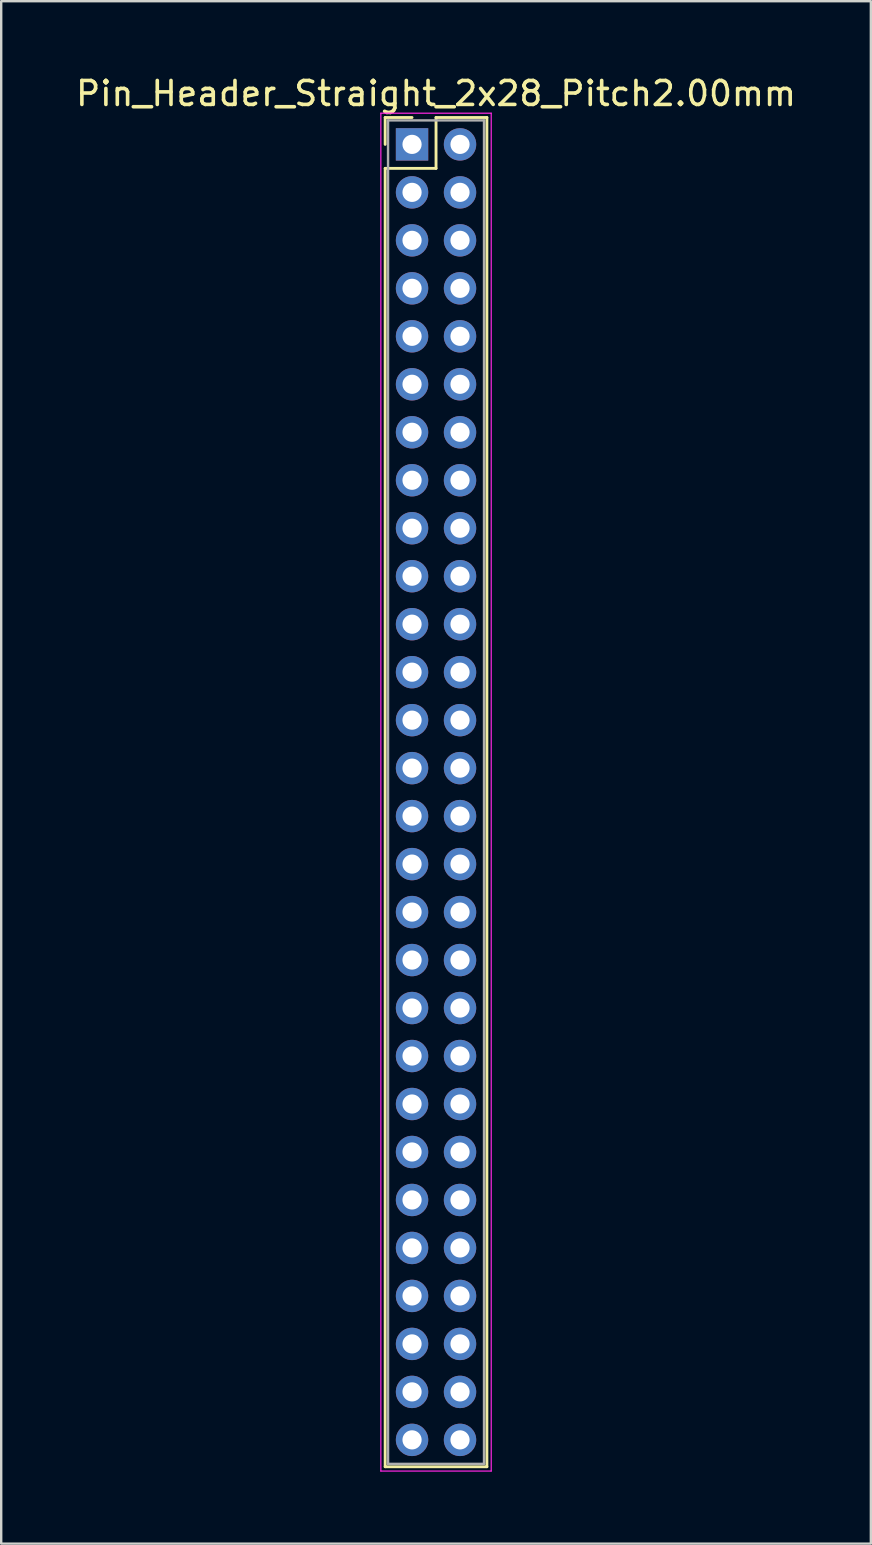
<source format=kicad_pcb>
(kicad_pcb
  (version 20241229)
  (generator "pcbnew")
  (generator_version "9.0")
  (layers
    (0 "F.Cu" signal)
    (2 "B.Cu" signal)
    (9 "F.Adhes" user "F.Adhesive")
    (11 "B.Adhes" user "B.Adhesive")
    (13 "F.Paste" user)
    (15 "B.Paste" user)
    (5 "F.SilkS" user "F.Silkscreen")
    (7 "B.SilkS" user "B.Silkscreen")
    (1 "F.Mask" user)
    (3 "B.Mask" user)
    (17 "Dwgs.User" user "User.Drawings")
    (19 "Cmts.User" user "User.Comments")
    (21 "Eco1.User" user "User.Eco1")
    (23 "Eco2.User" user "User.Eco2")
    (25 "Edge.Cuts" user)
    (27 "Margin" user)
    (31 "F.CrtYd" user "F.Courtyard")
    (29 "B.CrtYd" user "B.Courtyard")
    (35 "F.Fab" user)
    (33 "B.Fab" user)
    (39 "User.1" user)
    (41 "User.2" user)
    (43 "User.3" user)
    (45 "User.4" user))
  (footprint "Pin_Header_Straight_2x28_Pitch2.00mm"
    (layer "F.Cu")
    (at 14.125 2.968)
    (property "Reference" "Pin_Header_Straight_2x28_Pitch2.00mm" (at 1 -2.12 0) (layer "F.SilkS") (effects (font (size 1 1) (thickness 0.15))))
    (attr through_hole)
    (fp_line (start -1.12 -1.12) (end 0 -1.12) (stroke (width 0.12) (type solid)) (layer "F.SilkS"))
    (fp_line (start -1.12 0) (end -1.12 -1.12) (stroke (width 0.12) (type solid)) (layer "F.SilkS"))
    (fp_line (start -1.12 1) (end -1.12 55.12) (stroke (width 0.12) (type solid)) (layer "F.SilkS"))
    (fp_line (start -1.12 55.12) (end 3.12 55.12) (stroke (width 0.12) (type solid)) (layer "F.SilkS"))
    (fp_line (start 1 -1.12) (end 1 1) (stroke (width 0.12) (type solid)) (layer "F.SilkS"))
    (fp_line (start 1 1) (end -1.12 1) (stroke (width 0.12) (type solid)) (layer "F.SilkS"))
    (fp_line (start 3.12 -1.12) (end 1 -1.12) (stroke (width 0.12) (type solid)) (layer "F.SilkS"))
    (fp_line (start 3.12 55.12) (end 3.12 -1.12) (stroke (width 0.12) (type solid)) (layer "F.SilkS"))
    (fp_line (start -1.3 -1.3) (end -1.3 55.3) (stroke (width 0.05) (type solid)) (layer "F.CrtYd"))
    (fp_line (start -1.3 55.3) (end 3.3 55.3) (stroke (width 0.05) (type solid)) (layer "F.CrtYd"))
    (fp_line (start 3.3 -1.3) (end -1.3 -1.3) (stroke (width 0.05) (type solid)) (layer "F.CrtYd"))
    (fp_line (start 3.3 55.3) (end 3.3 -1.3) (stroke (width 0.05) (type solid)) (layer "F.CrtYd"))
    (fp_line (start -1 -1) (end -1 55) (stroke (width 0.1) (type solid)) (layer "F.Fab"))
    (fp_line (start -1 55) (end 3 55) (stroke (width 0.1) (type solid)) (layer "F.Fab"))
    (fp_line (start 3 -1) (end -1 -1) (stroke (width 0.1) (type solid)) (layer "F.Fab"))
    (fp_line (start 3 55) (end 3 -1) (stroke (width 0.1) (type solid)) (layer "F.Fab"))
    (pad "1" thru_hole rect (at 0 0) (size 1.35 1.35) (drill 0.8) (layers "*.Cu" "*.Mask"))
    (pad "2" thru_hole oval (at 2 0) (size 1.35 1.35) (drill 0.8) (layers "*.Cu" "*.Mask"))
    (pad "3" thru_hole oval (at 0 2) (size 1.35 1.35) (drill 0.8) (layers "*.Cu" "*.Mask"))
    (pad "4" thru_hole oval (at 2 2) (size 1.35 1.35) (drill 0.8) (layers "*.Cu" "*.Mask"))
    (pad "5" thru_hole oval (at 0 4) (size 1.35 1.35) (drill 0.8) (layers "*.Cu" "*.Mask"))
    (pad "6" thru_hole oval (at 2 4) (size 1.35 1.35) (drill 0.8) (layers "*.Cu" "*.Mask"))
    (pad "7" thru_hole oval (at 0 6) (size 1.35 1.35) (drill 0.8) (layers "*.Cu" "*.Mask"))
    (pad "8" thru_hole oval (at 2 6) (size 1.35 1.35) (drill 0.8) (layers "*.Cu" "*.Mask"))
    (pad "9" thru_hole oval (at 0 8) (size 1.35 1.35) (drill 0.8) (layers "*.Cu" "*.Mask"))
    (pad "10" thru_hole oval (at 2 8) (size 1.35 1.35) (drill 0.8) (layers "*.Cu" "*.Mask"))
    (pad "11" thru_hole oval (at 0 10) (size 1.35 1.35) (drill 0.8) (layers "*.Cu" "*.Mask"))
    (pad "12" thru_hole oval (at 2 10) (size 1.35 1.35) (drill 0.8) (layers "*.Cu" "*.Mask"))
    (pad "13" thru_hole oval (at 0 12) (size 1.35 1.35) (drill 0.8) (layers "*.Cu" "*.Mask"))
    (pad "14" thru_hole oval (at 2 12) (size 1.35 1.35) (drill 0.8) (layers "*.Cu" "*.Mask"))
    (pad "15" thru_hole oval (at 0 14) (size 1.35 1.35) (drill 0.8) (layers "*.Cu" "*.Mask"))
    (pad "16" thru_hole oval (at 2 14) (size 1.35 1.35) (drill 0.8) (layers "*.Cu" "*.Mask"))
    (pad "17" thru_hole oval (at 0 16) (size 1.35 1.35) (drill 0.8) (layers "*.Cu" "*.Mask"))
    (pad "18" thru_hole oval (at 2 16) (size 1.35 1.35) (drill 0.8) (layers "*.Cu" "*.Mask"))
    (pad "19" thru_hole oval (at 0 18) (size 1.35 1.35) (drill 0.8) (layers "*.Cu" "*.Mask"))
    (pad "20" thru_hole oval (at 2 18) (size 1.35 1.35) (drill 0.8) (layers "*.Cu" "*.Mask"))
    (pad "21" thru_hole oval (at 0 20) (size 1.35 1.35) (drill 0.8) (layers "*.Cu" "*.Mask"))
    (pad "22" thru_hole oval (at 2 20) (size 1.35 1.35) (drill 0.8) (layers "*.Cu" "*.Mask"))
    (pad "23" thru_hole oval (at 0 22) (size 1.35 1.35) (drill 0.8) (layers "*.Cu" "*.Mask"))
    (pad "24" thru_hole oval (at 2 22) (size 1.35 1.35) (drill 0.8) (layers "*.Cu" "*.Mask"))
    (pad "25" thru_hole oval (at 0 24) (size 1.35 1.35) (drill 0.8) (layers "*.Cu" "*.Mask"))
    (pad "26" thru_hole oval (at 2 24) (size 1.35 1.35) (drill 0.8) (layers "*.Cu" "*.Mask"))
    (pad "27" thru_hole oval (at 0 26) (size 1.35 1.35) (drill 0.8) (layers "*.Cu" "*.Mask"))
    (pad "28" thru_hole oval (at 2 26) (size 1.35 1.35) (drill 0.8) (layers "*.Cu" "*.Mask"))
    (pad "29" thru_hole oval (at 0 28) (size 1.35 1.35) (drill 0.8) (layers "*.Cu" "*.Mask"))
    (pad "30" thru_hole oval (at 2 28) (size 1.35 1.35) (drill 0.8) (layers "*.Cu" "*.Mask"))
    (pad "31" thru_hole oval (at 0 30) (size 1.35 1.35) (drill 0.8) (layers "*.Cu" "*.Mask"))
    (pad "32" thru_hole oval (at 2 30) (size 1.35 1.35) (drill 0.8) (layers "*.Cu" "*.Mask"))
    (pad "33" thru_hole oval (at 0 32) (size 1.35 1.35) (drill 0.8) (layers "*.Cu" "*.Mask"))
    (pad "34" thru_hole oval (at 2 32) (size 1.35 1.35) (drill 0.8) (layers "*.Cu" "*.Mask"))
    (pad "35" thru_hole oval (at 0 34) (size 1.35 1.35) (drill 0.8) (layers "*.Cu" "*.Mask"))
    (pad "36" thru_hole oval (at 2 34) (size 1.35 1.35) (drill 0.8) (layers "*.Cu" "*.Mask"))
    (pad "37" thru_hole oval (at 0 36) (size 1.35 1.35) (drill 0.8) (layers "*.Cu" "*.Mask"))
    (pad "38" thru_hole oval (at 2 36) (size 1.35 1.35) (drill 0.8) (layers "*.Cu" "*.Mask"))
    (pad "39" thru_hole oval (at 0 38) (size 1.35 1.35) (drill 0.8) (layers "*.Cu" "*.Mask"))
    (pad "40" thru_hole oval (at 2 38) (size 1.35 1.35) (drill 0.8) (layers "*.Cu" "*.Mask"))
    (pad "41" thru_hole oval (at 0 40) (size 1.35 1.35) (drill 0.8) (layers "*.Cu" "*.Mask"))
    (pad "42" thru_hole oval (at 2 40) (size 1.35 1.35) (drill 0.8) (layers "*.Cu" "*.Mask"))
    (pad "43" thru_hole oval (at 0 42) (size 1.35 1.35) (drill 0.8) (layers "*.Cu" "*.Mask"))
    (pad "44" thru_hole oval (at 2 42) (size 1.35 1.35) (drill 0.8) (layers "*.Cu" "*.Mask"))
    (pad "45" thru_hole oval (at 0 44) (size 1.35 1.35) (drill 0.8) (layers "*.Cu" "*.Mask"))
    (pad "46" thru_hole oval (at 2 44) (size 1.35 1.35) (drill 0.8) (layers "*.Cu" "*.Mask"))
    (pad "47" thru_hole oval (at 0 46) (size 1.35 1.35) (drill 0.8) (layers "*.Cu" "*.Mask"))
    (pad "48" thru_hole oval (at 2 46) (size 1.35 1.35) (drill 0.8) (layers "*.Cu" "*.Mask"))
    (pad "49" thru_hole oval (at 0 48) (size 1.35 1.35) (drill 0.8) (layers "*.Cu" "*.Mask"))
    (pad "50" thru_hole oval (at 2 48) (size 1.35 1.35) (drill 0.8) (layers "*.Cu" "*.Mask"))
    (pad "51" thru_hole oval (at 0 50) (size 1.35 1.35) (drill 0.8) (layers "*.Cu" "*.Mask"))
    (pad "52" thru_hole oval (at 2 50) (size 1.35 1.35) (drill 0.8) (layers "*.Cu" "*.Mask"))
    (pad "53" thru_hole oval (at 0 52) (size 1.35 1.35) (drill 0.8) (layers "*.Cu" "*.Mask"))
    (pad "54" thru_hole oval (at 2 52) (size 1.35 1.35) (drill 0.8) (layers "*.Cu" "*.Mask"))
    (pad "55" thru_hole oval (at 0 54) (size 1.35 1.35) (drill 0.8) (layers "*.Cu" "*.Mask"))
    (pad "56" thru_hole oval (at 2 54) (size 1.35 1.35) (drill 0.8) (layers "*.Cu" "*.Mask")))
  (gr_rect
    (start -3 -3)
    (end 33.25 61.293)
    (stroke (width 0.1) (type default))
    (fill no)
    (layer "Edge.Cuts")))
</source>
